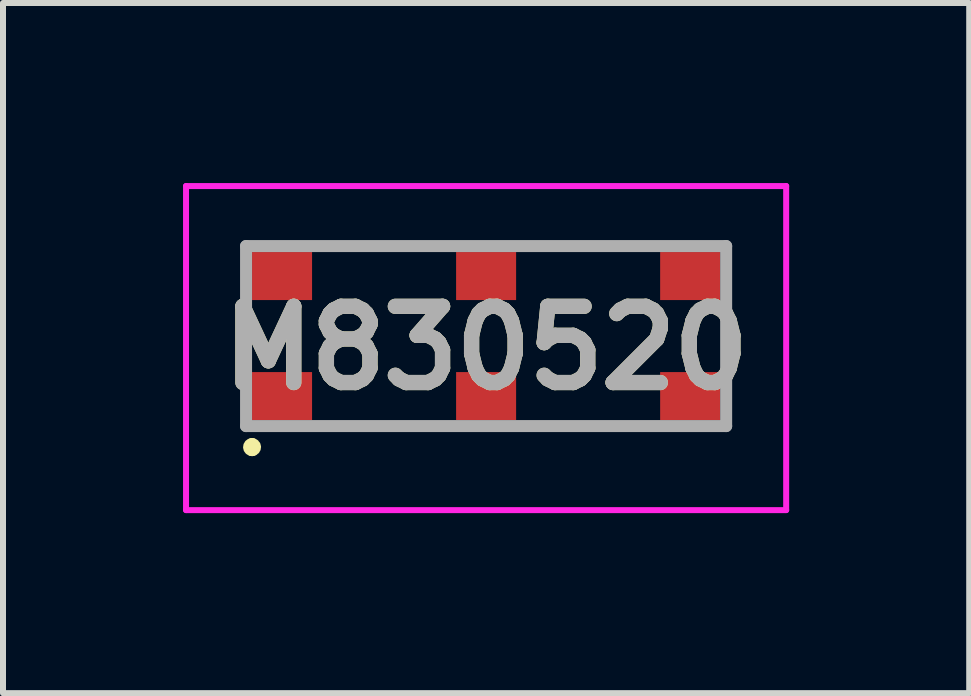
<source format=kicad_pcb>
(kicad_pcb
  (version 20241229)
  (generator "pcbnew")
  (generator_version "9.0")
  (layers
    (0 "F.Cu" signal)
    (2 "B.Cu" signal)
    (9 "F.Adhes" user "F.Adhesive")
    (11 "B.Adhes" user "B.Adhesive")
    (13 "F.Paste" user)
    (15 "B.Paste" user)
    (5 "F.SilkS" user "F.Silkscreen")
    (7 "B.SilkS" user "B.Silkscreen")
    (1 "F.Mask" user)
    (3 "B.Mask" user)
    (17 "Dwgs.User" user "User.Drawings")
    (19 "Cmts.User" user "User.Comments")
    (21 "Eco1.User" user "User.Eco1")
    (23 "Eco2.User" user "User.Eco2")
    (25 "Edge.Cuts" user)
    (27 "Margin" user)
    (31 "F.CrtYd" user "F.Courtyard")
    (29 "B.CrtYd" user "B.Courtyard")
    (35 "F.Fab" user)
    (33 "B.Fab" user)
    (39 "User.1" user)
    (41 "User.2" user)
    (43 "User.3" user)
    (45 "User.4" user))
  (footprint "M830520"
    (layer "F.Cu")
    (at 5.05 2.55)
    (property "Reference" "M830520" (at 0 0.2 0) (layer "F.SilkS") (effects (font (size 1.27 1.27) (thickness 0.254))))
    (attr smd)
    (fp_line (start -3.9 1.8) (end -3.9 1.8) (stroke (width 0.2) (type solid)) (layer "F.SilkS"))
    (fp_line (start -3.9 1.9) (end -3.9 1.9) (stroke (width 0.2) (type solid)) (layer "F.SilkS"))
    (fp_arc (start -3.9 1.8) (mid -3.85 1.85) (end -3.9 1.9) (stroke (width 0.2) (type solid)) (layer "F.SilkS"))
    (fp_arc (start -3.9 1.9) (mid -3.95 1.85) (end -3.9 1.8) (stroke (width 0.2) (type solid)) (layer "F.SilkS"))
    (fp_line (start -5 -2.5) (end 5 -2.5) (stroke (width 0.1) (type solid)) (layer "F.CrtYd"))
    (fp_line (start -5 2.9) (end -5 -2.5) (stroke (width 0.1) (type solid)) (layer "F.CrtYd"))
    (fp_line (start 5 -2.5) (end 5 2.9) (stroke (width 0.1) (type solid)) (layer "F.CrtYd"))
    (fp_line (start 5 2.9) (end -5 2.9) (stroke (width 0.1) (type solid)) (layer "F.CrtYd"))
    (fp_line (start -4 -1.5) (end 4 -1.5) (stroke (width 0.2) (type solid)) (layer "F.Fab"))
    (fp_line (start -4 1.5) (end -4 -1.5) (stroke (width 0.2) (type solid)) (layer "F.Fab"))
    (fp_line (start 4 -1.5) (end 4 1.5) (stroke (width 0.2) (type solid)) (layer "F.Fab"))
    (fp_line (start 4 1.5) (end -4 1.5) (stroke (width 0.2) (type solid)) (layer "F.Fab"))
    (fp_text user "${REFERENCE}" (at 0 0.2 0) (layer "F.Fab") (effects (font (size 1.27 1.27) (thickness 0.254))))
    (pad "1" smd rect (at -3.4 1 90) (size 0.8 1) (layers "F.Cu" "F.Mask" "F.Paste"))
    (pad "2" smd rect (at -3.4 -1 90) (size 0.8 1) (layers "F.Cu" "F.Mask" "F.Paste"))
    (pad "3" smd rect (at 0 -1 90) (size 0.8 1) (layers "F.Cu" "F.Mask" "F.Paste"))
    (pad "4" smd rect (at 3.4 -1 90) (size 0.8 1) (layers "F.Cu" "F.Mask" "F.Paste"))
    (pad "5" smd rect (at 3.4 1 90) (size 0.8 1) (layers "F.Cu" "F.Mask" "F.Paste"))
    (pad "6" smd rect (at 0 1 90) (size 0.8 1) (layers "F.Cu" "F.Mask" "F.Paste")))
  (gr_rect
    (start -3 -3)
    (end 13.1 8.5)
    (stroke (width 0.1) (type default))
    (fill no)
    (layer "Edge.Cuts")))
</source>
